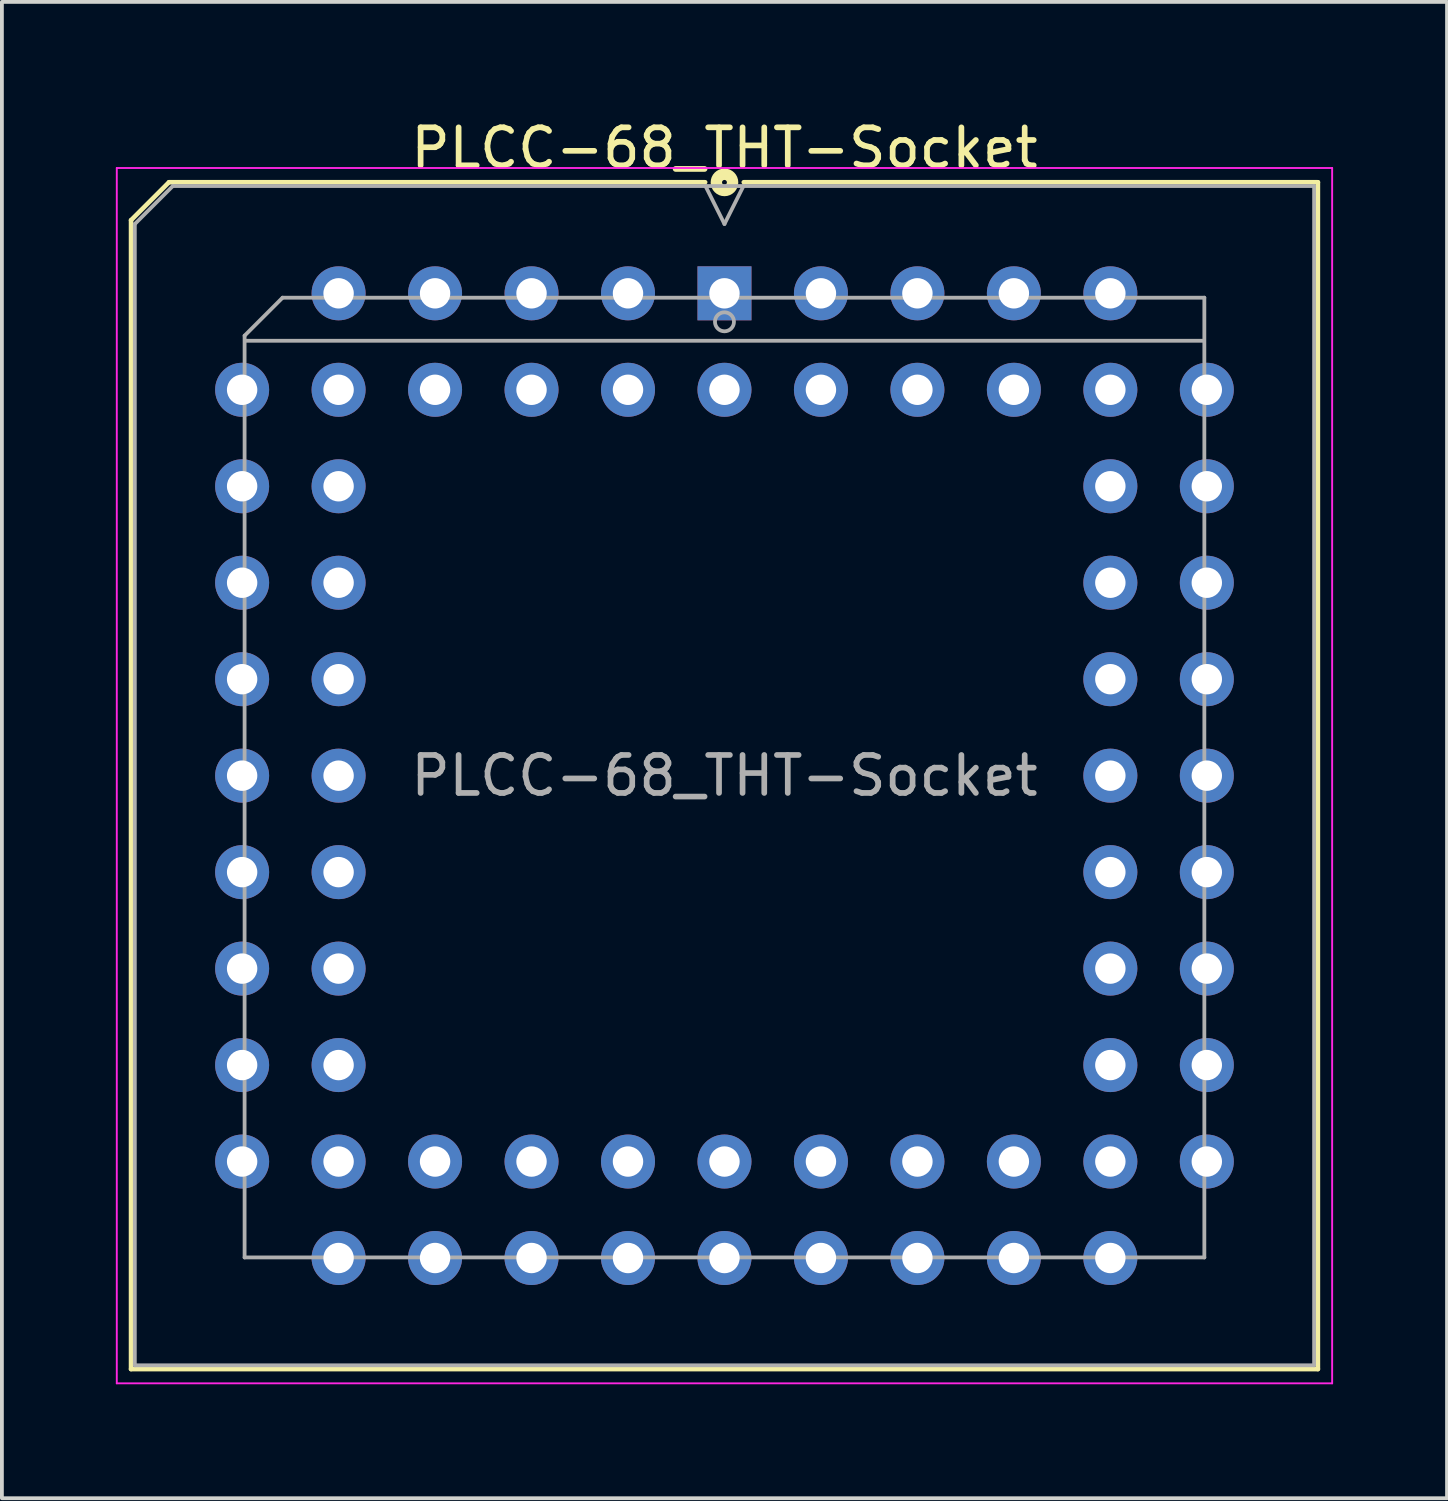
<source format=kicad_pcb>
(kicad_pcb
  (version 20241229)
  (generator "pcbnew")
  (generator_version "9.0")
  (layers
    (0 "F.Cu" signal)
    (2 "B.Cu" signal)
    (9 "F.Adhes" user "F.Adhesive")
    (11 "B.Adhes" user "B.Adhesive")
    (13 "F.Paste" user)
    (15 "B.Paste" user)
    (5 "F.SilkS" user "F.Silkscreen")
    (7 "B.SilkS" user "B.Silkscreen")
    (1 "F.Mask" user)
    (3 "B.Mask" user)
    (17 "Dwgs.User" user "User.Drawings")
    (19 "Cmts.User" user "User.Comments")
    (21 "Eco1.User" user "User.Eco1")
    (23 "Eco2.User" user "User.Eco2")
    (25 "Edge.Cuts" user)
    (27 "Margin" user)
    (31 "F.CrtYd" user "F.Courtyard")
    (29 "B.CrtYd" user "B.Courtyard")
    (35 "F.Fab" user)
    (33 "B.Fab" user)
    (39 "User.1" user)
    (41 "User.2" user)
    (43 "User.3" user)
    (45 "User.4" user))
  (footprint "PLCC-68_THT-Socket"
    (layer "F.Cu")
    (at 16.025 4.673)
    (property "Reference" "PLCC-68_THT-Socket" (at 0 -3.825 0) (layer "F.SilkS") (effects (font (size 1 1) (thickness 0.15))))
    (attr through_hole)
    (fp_line (start -15.625 -1.925) (end -15.625 28.325) (stroke (width 0.12) (type solid)) (layer "F.SilkS"))
    (fp_line (start -15.625 28.325) (end 15.625 28.325) (stroke (width 0.12) (type solid)) (layer "F.SilkS"))
    (fp_line (start -14.625 -2.925) (end -15.625 -1.925) (stroke (width 0.12) (type solid)) (layer "F.SilkS"))
    (fp_line (start -0.508 -2.925) (end -14.625 -2.925) (stroke (width 0.12) (type solid)) (layer "F.SilkS"))
    (fp_line (start 15.625 -2.925) (end 0.508 -2.925) (stroke (width 0.12) (type solid)) (layer "F.SilkS"))
    (fp_line (start 15.625 28.325) (end 15.625 -2.925) (stroke (width 0.12) (type solid)) (layer "F.SilkS"))
    (fp_circle (center 0 -2.921) (end 0.064 -2.921) (stroke (width 0.3) (type solid)) (fill no) (layer "F.SilkS"))
    (fp_line (start -16 -3.3) (end -16 28.7) (stroke (width 0.05) (type solid)) (layer "F.CrtYd"))
    (fp_line (start -16 28.7) (end 16 28.7) (stroke (width 0.05) (type solid)) (layer "F.CrtYd"))
    (fp_line (start 16 -3.3) (end -16 -3.3) (stroke (width 0.05) (type solid)) (layer "F.CrtYd"))
    (fp_line (start 16 28.7) (end 16 -3.3) (stroke (width 0.05) (type solid)) (layer "F.CrtYd"))
    (fp_line (start -15.525 -1.825) (end -15.525 28.225) (stroke (width 0.1) (type solid)) (layer "F.Fab"))
    (fp_line (start -15.525 28.225) (end 15.525 28.225) (stroke (width 0.1) (type solid)) (layer "F.Fab"))
    (fp_line (start -14.525 -2.825) (end -15.525 -1.825) (stroke (width 0.1) (type solid)) (layer "F.Fab"))
    (fp_line (start -12.635 1.115) (end -12.635 25.385) (stroke (width 0.1) (type solid)) (layer "F.Fab"))
    (fp_line (start -12.635 25.385) (end 12.635 25.385) (stroke (width 0.1) (type solid)) (layer "F.Fab"))
    (fp_line (start -11.635 0.115) (end -12.635 1.115) (stroke (width 0.1) (type solid)) (layer "F.Fab"))
    (fp_line (start -0.5 -2.825) (end 0 -1.825) (stroke (width 0.1) (type solid)) (layer "F.Fab"))
    (fp_line (start 0 -1.825) (end 0.5 -2.825) (stroke (width 0.1) (type solid)) (layer "F.Fab"))
    (fp_line (start 12.6 1.25) (end -12.6 1.25) (stroke (width 0.1) (type solid)) (layer "F.Fab"))
    (fp_line (start 12.635 0.115) (end -11.635 0.115) (stroke (width 0.1) (type solid)) (layer "F.Fab"))
    (fp_line (start 12.635 25.385) (end 12.635 0.115) (stroke (width 0.1) (type solid)) (layer "F.Fab"))
    (fp_line (start 15.525 -2.825) (end -14.525 -2.825) (stroke (width 0.1) (type solid)) (layer "F.Fab"))
    (fp_line (start 15.525 28.225) (end 15.525 -2.825) (stroke (width 0.1) (type solid)) (layer "F.Fab"))
    (fp_circle (center 0 0.75) (end 0.25 0.75) (stroke (width 0.1) (type solid)) (fill no) (layer "F.Fab"))
    (fp_text user "${REFERENCE}" (at 0 12.7 0) (layer "F.Fab") (effects (font (size 1 1) (thickness 0.15))))
    (pad "1" thru_hole rect (at 0 0) (size 1.422 1.422) (drill 0.8) (layers "*.Cu" "*.Mask"))
    (pad "2" thru_hole circle (at 0 2.54) (size 1.422 1.422) (drill 0.8) (layers "*.Cu" "*.Mask"))
    (pad "3" thru_hole circle (at -2.54 0) (size 1.422 1.422) (drill 0.8) (layers "*.Cu" "*.Mask"))
    (pad "4" thru_hole circle (at -2.54 2.54) (size 1.422 1.422) (drill 0.8) (layers "*.Cu" "*.Mask"))
    (pad "5" thru_hole circle (at -5.08 0) (size 1.422 1.422) (drill 0.8) (layers "*.Cu" "*.Mask"))
    (pad "6" thru_hole circle (at -5.08 2.54) (size 1.422 1.422) (drill 0.8) (layers "*.Cu" "*.Mask"))
    (pad "7" thru_hole circle (at -7.62 0) (size 1.422 1.422) (drill 0.8) (layers "*.Cu" "*.Mask"))
    (pad "8" thru_hole circle (at -7.62 2.54) (size 1.422 1.422) (drill 0.8) (layers "*.Cu" "*.Mask"))
    (pad "9" thru_hole circle (at -10.16 0) (size 1.422 1.422) (drill 0.8) (layers "*.Cu" "*.Mask"))
    (pad "10" thru_hole circle (at -12.7 2.54) (size 1.422 1.422) (drill 0.8) (layers "*.Cu" "*.Mask"))
    (pad "11" thru_hole circle (at -10.16 2.54) (size 1.422 1.422) (drill 0.8) (layers "*.Cu" "*.Mask"))
    (pad "12" thru_hole circle (at -12.7 5.08) (size 1.422 1.422) (drill 0.8) (layers "*.Cu" "*.Mask"))
    (pad "13" thru_hole circle (at -10.16 5.08) (size 1.422 1.422) (drill 0.8) (layers "*.Cu" "*.Mask"))
    (pad "14" thru_hole circle (at -12.7 7.62) (size 1.422 1.422) (drill 0.8) (layers "*.Cu" "*.Mask"))
    (pad "15" thru_hole circle (at -10.16 7.62) (size 1.422 1.422) (drill 0.8) (layers "*.Cu" "*.Mask"))
    (pad "16" thru_hole circle (at -12.7 10.16) (size 1.422 1.422) (drill 0.8) (layers "*.Cu" "*.Mask"))
    (pad "17" thru_hole circle (at -10.16 10.16) (size 1.422 1.422) (drill 0.8) (layers "*.Cu" "*.Mask"))
    (pad "18" thru_hole circle (at -12.7 12.7) (size 1.422 1.422) (drill 0.8) (layers "*.Cu" "*.Mask"))
    (pad "19" thru_hole circle (at -10.16 12.7) (size 1.422 1.422) (drill 0.8) (layers "*.Cu" "*.Mask"))
    (pad "20" thru_hole circle (at -12.7 15.24) (size 1.422 1.422) (drill 0.8) (layers "*.Cu" "*.Mask"))
    (pad "21" thru_hole circle (at -10.16 15.24) (size 1.422 1.422) (drill 0.8) (layers "*.Cu" "*.Mask"))
    (pad "22" thru_hole circle (at -12.7 17.78) (size 1.422 1.422) (drill 0.8) (layers "*.Cu" "*.Mask"))
    (pad "23" thru_hole circle (at -10.16 17.78) (size 1.422 1.422) (drill 0.8) (layers "*.Cu" "*.Mask"))
    (pad "24" thru_hole circle (at -12.7 20.32) (size 1.422 1.422) (drill 0.8) (layers "*.Cu" "*.Mask"))
    (pad "25" thru_hole circle (at -10.16 20.32) (size 1.422 1.422) (drill 0.8) (layers "*.Cu" "*.Mask"))
    (pad "26" thru_hole circle (at -12.7 22.86) (size 1.422 1.422) (drill 0.8) (layers "*.Cu" "*.Mask"))
    (pad "27" thru_hole circle (at -10.16 25.4) (size 1.422 1.422) (drill 0.8) (layers "*.Cu" "*.Mask"))
    (pad "28" thru_hole circle (at -10.16 22.86) (size 1.422 1.422) (drill 0.8) (layers "*.Cu" "*.Mask"))
    (pad "29" thru_hole circle (at -7.62 25.4) (size 1.422 1.422) (drill 0.8) (layers "*.Cu" "*.Mask"))
    (pad "30" thru_hole circle (at -7.62 22.86) (size 1.422 1.422) (drill 0.8) (layers "*.Cu" "*.Mask"))
    (pad "31" thru_hole circle (at -5.08 25.4) (size 1.422 1.422) (drill 0.8) (layers "*.Cu" "*.Mask"))
    (pad "32" thru_hole circle (at -5.08 22.86) (size 1.422 1.422) (drill 0.8) (layers "*.Cu" "*.Mask"))
    (pad "33" thru_hole circle (at -2.54 25.4) (size 1.422 1.422) (drill 0.8) (layers "*.Cu" "*.Mask"))
    (pad "34" thru_hole circle (at -2.54 22.86) (size 1.422 1.422) (drill 0.8) (layers "*.Cu" "*.Mask"))
    (pad "35" thru_hole circle (at 0 25.4) (size 1.422 1.422) (drill 0.8) (layers "*.Cu" "*.Mask"))
    (pad "36" thru_hole circle (at 0 22.86) (size 1.422 1.422) (drill 0.8) (layers "*.Cu" "*.Mask"))
    (pad "37" thru_hole circle (at 2.54 25.4) (size 1.422 1.422) (drill 0.8) (layers "*.Cu" "*.Mask"))
    (pad "38" thru_hole circle (at 2.54 22.86) (size 1.422 1.422) (drill 0.8) (layers "*.Cu" "*.Mask"))
    (pad "39" thru_hole circle (at 5.08 25.4) (size 1.422 1.422) (drill 0.8) (layers "*.Cu" "*.Mask"))
    (pad "40" thru_hole circle (at 5.08 22.86) (size 1.422 1.422) (drill 0.8) (layers "*.Cu" "*.Mask"))
    (pad "41" thru_hole circle (at 7.62 25.4) (size 1.422 1.422) (drill 0.8) (layers "*.Cu" "*.Mask"))
    (pad "42" thru_hole circle (at 7.62 22.86) (size 1.422 1.422) (drill 0.8) (layers "*.Cu" "*.Mask"))
    (pad "43" thru_hole circle (at 10.16 25.4) (size 1.422 1.422) (drill 0.8) (layers "*.Cu" "*.Mask"))
    (pad "44" thru_hole circle (at 12.7 22.86) (size 1.422 1.422) (drill 0.8) (layers "*.Cu" "*.Mask"))
    (pad "45" thru_hole circle (at 10.16 22.86) (size 1.422 1.422) (drill 0.8) (layers "*.Cu" "*.Mask"))
    (pad "46" thru_hole circle (at 12.7 20.32) (size 1.422 1.422) (drill 0.8) (layers "*.Cu" "*.Mask"))
    (pad "47" thru_hole circle (at 10.16 20.32) (size 1.422 1.422) (drill 0.8) (layers "*.Cu" "*.Mask"))
    (pad "48" thru_hole circle (at 12.7 17.78) (size 1.422 1.422) (drill 0.8) (layers "*.Cu" "*.Mask"))
    (pad "49" thru_hole circle (at 10.16 17.78) (size 1.422 1.422) (drill 0.8) (layers "*.Cu" "*.Mask"))
    (pad "50" thru_hole circle (at 12.7 15.24) (size 1.422 1.422) (drill 0.8) (layers "*.Cu" "*.Mask"))
    (pad "51" thru_hole circle (at 10.16 15.24) (size 1.422 1.422) (drill 0.8) (layers "*.Cu" "*.Mask"))
    (pad "52" thru_hole circle (at 12.7 12.7) (size 1.422 1.422) (drill 0.8) (layers "*.Cu" "*.Mask"))
    (pad "53" thru_hole circle (at 10.16 12.7) (size 1.422 1.422) (drill 0.8) (layers "*.Cu" "*.Mask"))
    (pad "54" thru_hole circle (at 12.7 10.16) (size 1.422 1.422) (drill 0.8) (layers "*.Cu" "*.Mask"))
    (pad "55" thru_hole circle (at 10.16 10.16) (size 1.422 1.422) (drill 0.8) (layers "*.Cu" "*.Mask"))
    (pad "56" thru_hole circle (at 12.7 7.62) (size 1.422 1.422) (drill 0.8) (layers "*.Cu" "*.Mask"))
    (pad "57" thru_hole circle (at 10.16 7.62) (size 1.422 1.422) (drill 0.8) (layers "*.Cu" "*.Mask"))
    (pad "58" thru_hole circle (at 12.7 5.08) (size 1.422 1.422) (drill 0.8) (layers "*.Cu" "*.Mask"))
    (pad "59" thru_hole circle (at 10.16 5.08) (size 1.422 1.422) (drill 0.8) (layers "*.Cu" "*.Mask"))
    (pad "60" thru_hole circle (at 12.7 2.54) (size 1.422 1.422) (drill 0.8) (layers "*.Cu" "*.Mask"))
    (pad "61" thru_hole circle (at 10.16 0) (size 1.422 1.422) (drill 0.8) (layers "*.Cu" "*.Mask"))
    (pad "62" thru_hole circle (at 10.16 2.54) (size 1.422 1.422) (drill 0.8) (layers "*.Cu" "*.Mask"))
    (pad "63" thru_hole circle (at 7.62 0) (size 1.422 1.422) (drill 0.8) (layers "*.Cu" "*.Mask"))
    (pad "64" thru_hole circle (at 7.62 2.54) (size 1.422 1.422) (drill 0.8) (layers "*.Cu" "*.Mask"))
    (pad "65" thru_hole circle (at 5.08 0) (size 1.422 1.422) (drill 0.8) (layers "*.Cu" "*.Mask"))
    (pad "66" thru_hole circle (at 5.08 2.54) (size 1.422 1.422) (drill 0.8) (layers "*.Cu" "*.Mask"))
    (pad "67" thru_hole circle (at 2.54 0) (size 1.422 1.422) (drill 0.8) (layers "*.Cu" "*.Mask"))
    (pad "68" thru_hole circle (at 2.54 2.54) (size 1.422 1.422) (drill 0.8) (layers "*.Cu" "*.Mask")))
  (gr_rect
    (start -3 -3)
    (end 35.05 36.398)
    (stroke (width 0.1) (type default))
    (fill no)
    (layer "Edge.Cuts")))
</source>
